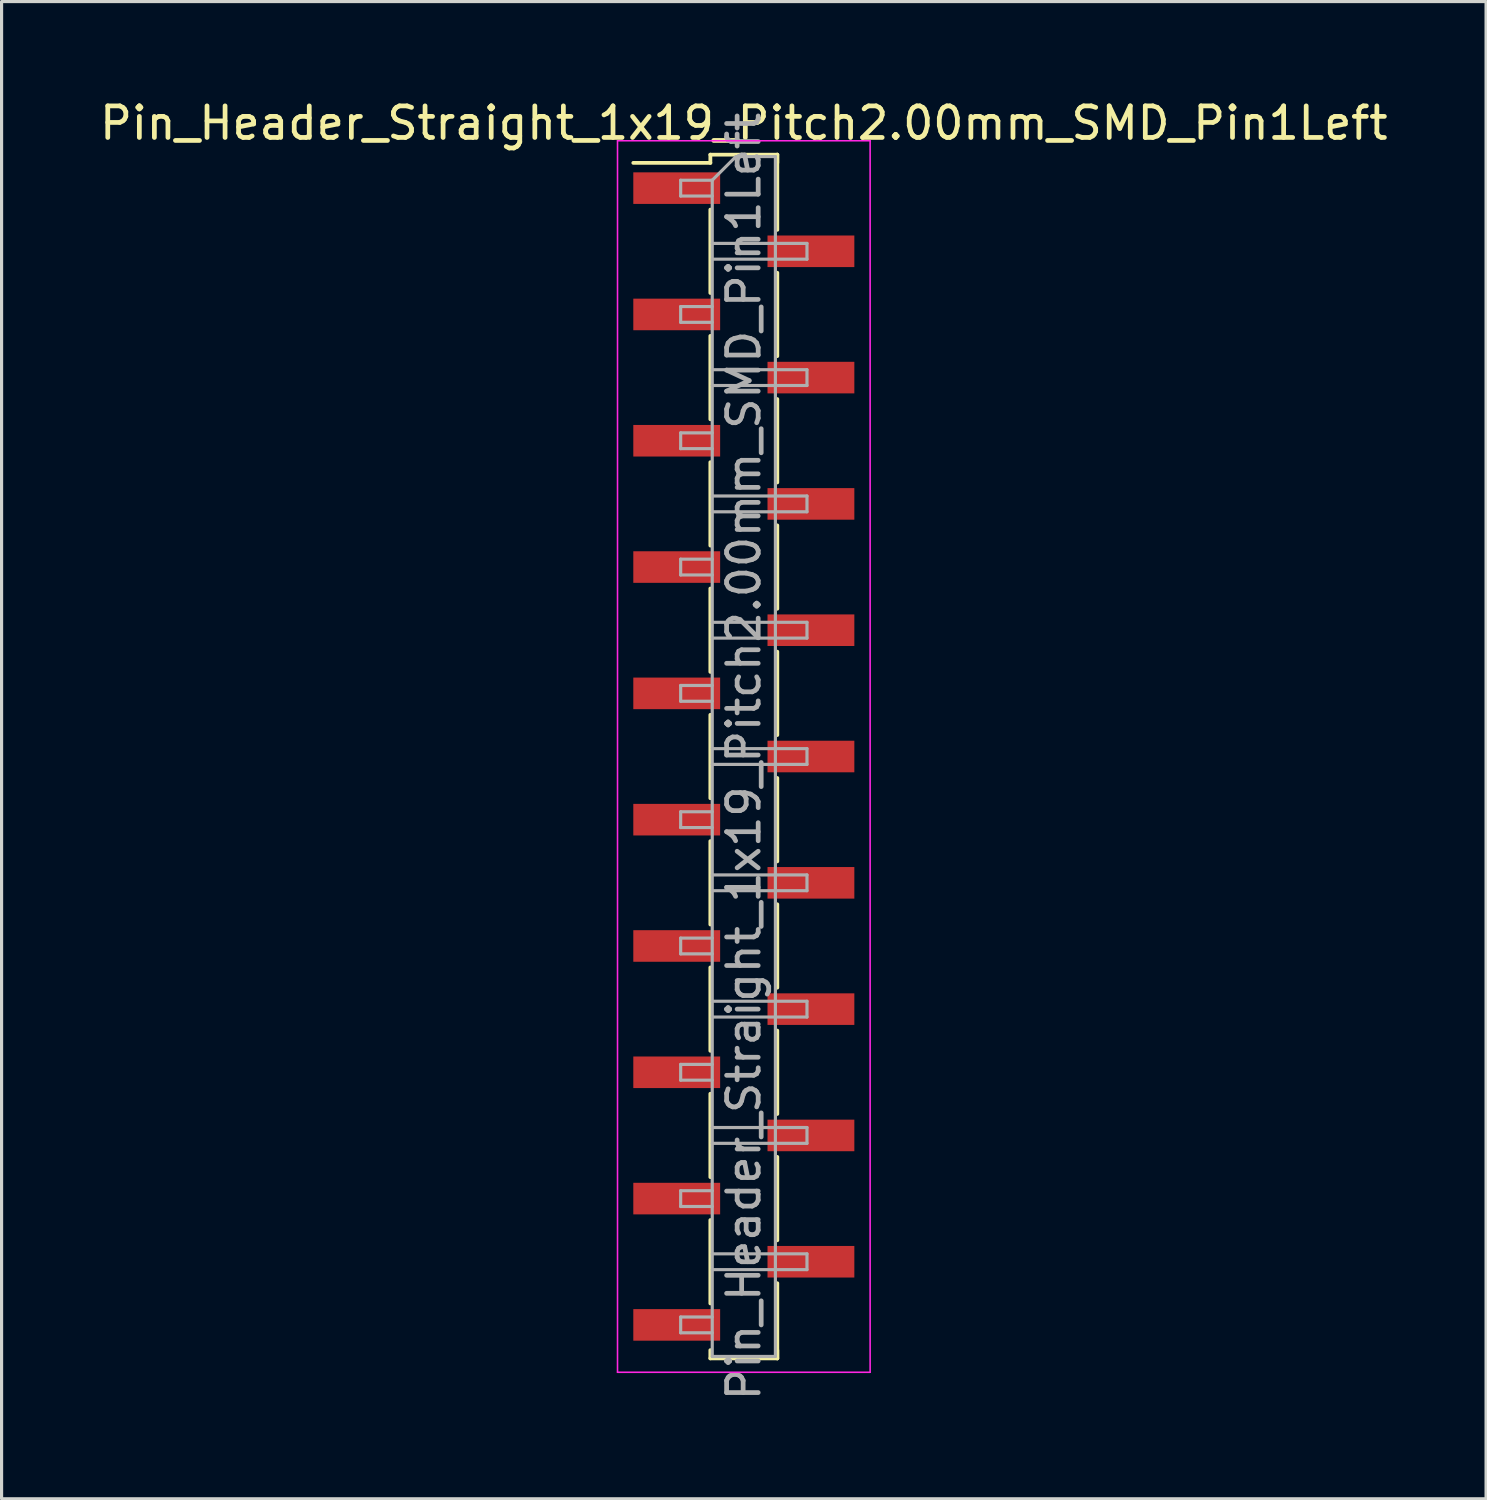
<source format=kicad_pcb>
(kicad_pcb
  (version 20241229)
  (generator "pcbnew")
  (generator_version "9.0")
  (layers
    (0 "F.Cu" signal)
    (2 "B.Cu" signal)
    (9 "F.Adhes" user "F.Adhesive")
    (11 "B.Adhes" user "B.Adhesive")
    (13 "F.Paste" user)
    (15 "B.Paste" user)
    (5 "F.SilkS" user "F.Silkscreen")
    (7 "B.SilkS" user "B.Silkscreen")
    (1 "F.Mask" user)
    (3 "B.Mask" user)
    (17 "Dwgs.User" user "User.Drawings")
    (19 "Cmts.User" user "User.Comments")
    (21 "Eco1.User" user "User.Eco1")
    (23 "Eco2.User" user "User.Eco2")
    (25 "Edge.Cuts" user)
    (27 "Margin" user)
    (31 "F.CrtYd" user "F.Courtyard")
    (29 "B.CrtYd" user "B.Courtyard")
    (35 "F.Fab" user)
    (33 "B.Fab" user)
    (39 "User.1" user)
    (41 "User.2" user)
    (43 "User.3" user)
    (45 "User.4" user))
  (footprint "Pin_Header_Straight_1x19_Pitch2.00mm_SMD_Pin1Left"
    (layer "F.Cu")
    (at 20.506 20.908)
    (property "Reference" "Pin_Header_Straight_1x19_Pitch2.00mm_SMD_Pin1Left" (at 0 -20.06 0) (layer "F.SilkS") (effects (font (size 1 1) (thickness 0.15))))
    (attr smd)
    (fp_line (start -1.06 -19.06) (end 1.06 -19.06) (stroke (width 0.12) (type solid)) (layer "F.SilkS"))
    (fp_line (start -1.06 -18.8) (end -3.5 -18.8) (stroke (width 0.12) (type solid)) (layer "F.SilkS"))
    (fp_line (start -1.06 -18.8) (end -1.06 -19.06) (stroke (width 0.12) (type solid)) (layer "F.SilkS"))
    (fp_line (start -1.06 -17.32) (end -1.06 -14.68) (stroke (width 0.12) (type solid)) (layer "F.SilkS"))
    (fp_line (start -1.06 -13.32) (end -1.06 -10.68) (stroke (width 0.12) (type solid)) (layer "F.SilkS"))
    (fp_line (start -1.06 -9.32) (end -1.06 -6.68) (stroke (width 0.12) (type solid)) (layer "F.SilkS"))
    (fp_line (start -1.06 -5.32) (end -1.06 -2.68) (stroke (width 0.12) (type solid)) (layer "F.SilkS"))
    (fp_line (start -1.06 -1.32) (end -1.06 1.32) (stroke (width 0.12) (type solid)) (layer "F.SilkS"))
    (fp_line (start -1.06 2.68) (end -1.06 5.32) (stroke (width 0.12) (type solid)) (layer "F.SilkS"))
    (fp_line (start -1.06 6.68) (end -1.06 9.32) (stroke (width 0.12) (type solid)) (layer "F.SilkS"))
    (fp_line (start -1.06 10.68) (end -1.06 13.32) (stroke (width 0.12) (type solid)) (layer "F.SilkS"))
    (fp_line (start -1.06 14.68) (end -1.06 17.32) (stroke (width 0.12) (type solid)) (layer "F.SilkS"))
    (fp_line (start -1.06 18.8) (end -1.06 19.06) (stroke (width 0.12) (type solid)) (layer "F.SilkS"))
    (fp_line (start -1.06 19.06) (end 1.06 19.06) (stroke (width 0.12) (type solid)) (layer "F.SilkS"))
    (fp_line (start 1.06 -19.06) (end 1.06 -18.8) (stroke (width 0.12) (type solid)) (layer "F.SilkS"))
    (fp_line (start 1.06 -19.06) (end 1.06 -16.68) (stroke (width 0.12) (type solid)) (layer "F.SilkS"))
    (fp_line (start 1.06 -15.32) (end 1.06 -12.68) (stroke (width 0.12) (type solid)) (layer "F.SilkS"))
    (fp_line (start 1.06 -11.32) (end 1.06 -8.68) (stroke (width 0.12) (type solid)) (layer "F.SilkS"))
    (fp_line (start 1.06 -7.32) (end 1.06 -4.68) (stroke (width 0.12) (type solid)) (layer "F.SilkS"))
    (fp_line (start 1.06 -3.32) (end 1.06 -0.68) (stroke (width 0.12) (type solid)) (layer "F.SilkS"))
    (fp_line (start 1.06 0.68) (end 1.06 3.32) (stroke (width 0.12) (type solid)) (layer "F.SilkS"))
    (fp_line (start 1.06 4.68) (end 1.06 7.32) (stroke (width 0.12) (type solid)) (layer "F.SilkS"))
    (fp_line (start 1.06 8.68) (end 1.06 11.32) (stroke (width 0.12) (type solid)) (layer "F.SilkS"))
    (fp_line (start 1.06 12.68) (end 1.06 15.32) (stroke (width 0.12) (type solid)) (layer "F.SilkS"))
    (fp_line (start 1.06 16.68) (end 1.06 19.06) (stroke (width 0.12) (type solid)) (layer "F.SilkS"))
    (fp_line (start 1.06 19.06) (end 1.06 18.8) (stroke (width 0.12) (type solid)) (layer "F.SilkS"))
    (fp_line (start -4 -19.5) (end -4 19.5) (stroke (width 0.05) (type solid)) (layer "F.CrtYd"))
    (fp_line (start -4 19.5) (end 4 19.5) (stroke (width 0.05) (type solid)) (layer "F.CrtYd"))
    (fp_line (start 4 -19.5) (end -4 -19.5) (stroke (width 0.05) (type solid)) (layer "F.CrtYd"))
    (fp_line (start 4 19.5) (end 4 -19.5) (stroke (width 0.05) (type solid)) (layer "F.CrtYd"))
    (fp_line (start -2 -18.25) (end -2 -17.75) (stroke (width 0.1) (type solid)) (layer "F.Fab"))
    (fp_line (start -2 -17.75) (end -1 -17.75) (stroke (width 0.1) (type solid)) (layer "F.Fab"))
    (fp_line (start -2 -14.25) (end -2 -13.75) (stroke (width 0.1) (type solid)) (layer "F.Fab"))
    (fp_line (start -2 -13.75) (end -1 -13.75) (stroke (width 0.1) (type solid)) (layer "F.Fab"))
    (fp_line (start -2 -10.25) (end -2 -9.75) (stroke (width 0.1) (type solid)) (layer "F.Fab"))
    (fp_line (start -2 -9.75) (end -1 -9.75) (stroke (width 0.1) (type solid)) (layer "F.Fab"))
    (fp_line (start -2 -6.25) (end -2 -5.75) (stroke (width 0.1) (type solid)) (layer "F.Fab"))
    (fp_line (start -2 -5.75) (end -1 -5.75) (stroke (width 0.1) (type solid)) (layer "F.Fab"))
    (fp_line (start -2 -2.25) (end -2 -1.75) (stroke (width 0.1) (type solid)) (layer "F.Fab"))
    (fp_line (start -2 -1.75) (end -1 -1.75) (stroke (width 0.1) (type solid)) (layer "F.Fab"))
    (fp_line (start -2 1.75) (end -2 2.25) (stroke (width 0.1) (type solid)) (layer "F.Fab"))
    (fp_line (start -2 2.25) (end -1 2.25) (stroke (width 0.1) (type solid)) (layer "F.Fab"))
    (fp_line (start -2 5.75) (end -2 6.25) (stroke (width 0.1) (type solid)) (layer "F.Fab"))
    (fp_line (start -2 6.25) (end -1 6.25) (stroke (width 0.1) (type solid)) (layer "F.Fab"))
    (fp_line (start -2 9.75) (end -2 10.25) (stroke (width 0.1) (type solid)) (layer "F.Fab"))
    (fp_line (start -2 10.25) (end -1 10.25) (stroke (width 0.1) (type solid)) (layer "F.Fab"))
    (fp_line (start -2 13.75) (end -2 14.25) (stroke (width 0.1) (type solid)) (layer "F.Fab"))
    (fp_line (start -2 14.25) (end -1 14.25) (stroke (width 0.1) (type solid)) (layer "F.Fab"))
    (fp_line (start -2 17.75) (end -2 18.25) (stroke (width 0.1) (type solid)) (layer "F.Fab"))
    (fp_line (start -2 18.25) (end -1 18.25) (stroke (width 0.1) (type solid)) (layer "F.Fab"))
    (fp_line (start -1 -18.25) (end -2 -18.25) (stroke (width 0.1) (type solid)) (layer "F.Fab"))
    (fp_line (start -1 -18.25) (end -0.25 -19) (stroke (width 0.1) (type solid)) (layer "F.Fab"))
    (fp_line (start -1 -16.25) (end 2 -16.25) (stroke (width 0.1) (type solid)) (layer "F.Fab"))
    (fp_line (start -1 -14.25) (end -2 -14.25) (stroke (width 0.1) (type solid)) (layer "F.Fab"))
    (fp_line (start -1 -12.25) (end 2 -12.25) (stroke (width 0.1) (type solid)) (layer "F.Fab"))
    (fp_line (start -1 -10.25) (end -2 -10.25) (stroke (width 0.1) (type solid)) (layer "F.Fab"))
    (fp_line (start -1 -8.25) (end 2 -8.25) (stroke (width 0.1) (type solid)) (layer "F.Fab"))
    (fp_line (start -1 -6.25) (end -2 -6.25) (stroke (width 0.1) (type solid)) (layer "F.Fab"))
    (fp_line (start -1 -4.25) (end 2 -4.25) (stroke (width 0.1) (type solid)) (layer "F.Fab"))
    (fp_line (start -1 -2.25) (end -2 -2.25) (stroke (width 0.1) (type solid)) (layer "F.Fab"))
    (fp_line (start -1 -0.25) (end 2 -0.25) (stroke (width 0.1) (type solid)) (layer "F.Fab"))
    (fp_line (start -1 1.75) (end -2 1.75) (stroke (width 0.1) (type solid)) (layer "F.Fab"))
    (fp_line (start -1 3.75) (end 2 3.75) (stroke (width 0.1) (type solid)) (layer "F.Fab"))
    (fp_line (start -1 5.75) (end -2 5.75) (stroke (width 0.1) (type solid)) (layer "F.Fab"))
    (fp_line (start -1 7.75) (end 2 7.75) (stroke (width 0.1) (type solid)) (layer "F.Fab"))
    (fp_line (start -1 9.75) (end -2 9.75) (stroke (width 0.1) (type solid)) (layer "F.Fab"))
    (fp_line (start -1 11.75) (end 2 11.75) (stroke (width 0.1) (type solid)) (layer "F.Fab"))
    (fp_line (start -1 13.75) (end -2 13.75) (stroke (width 0.1) (type solid)) (layer "F.Fab"))
    (fp_line (start -1 15.75) (end 2 15.75) (stroke (width 0.1) (type solid)) (layer "F.Fab"))
    (fp_line (start -1 17.75) (end -2 17.75) (stroke (width 0.1) (type solid)) (layer "F.Fab"))
    (fp_line (start -1 19) (end -1 -18.25) (stroke (width 0.1) (type solid)) (layer "F.Fab"))
    (fp_line (start -0.25 -19) (end 1 -19) (stroke (width 0.1) (type solid)) (layer "F.Fab"))
    (fp_line (start 1 -19) (end 1 19) (stroke (width 0.1) (type solid)) (layer "F.Fab"))
    (fp_line (start 1 19) (end -1 19) (stroke (width 0.1) (type solid)) (layer "F.Fab"))
    (fp_line (start 2 -16.25) (end 2 -15.75) (stroke (width 0.1) (type solid)) (layer "F.Fab"))
    (fp_line (start 2 -15.75) (end -1 -15.75) (stroke (width 0.1) (type solid)) (layer "F.Fab"))
    (fp_line (start 2 -12.25) (end 2 -11.75) (stroke (width 0.1) (type solid)) (layer "F.Fab"))
    (fp_line (start 2 -11.75) (end -1 -11.75) (stroke (width 0.1) (type solid)) (layer "F.Fab"))
    (fp_line (start 2 -8.25) (end 2 -7.75) (stroke (width 0.1) (type solid)) (layer "F.Fab"))
    (fp_line (start 2 -7.75) (end -1 -7.75) (stroke (width 0.1) (type solid)) (layer "F.Fab"))
    (fp_line (start 2 -4.25) (end 2 -3.75) (stroke (width 0.1) (type solid)) (layer "F.Fab"))
    (fp_line (start 2 -3.75) (end -1 -3.75) (stroke (width 0.1) (type solid)) (layer "F.Fab"))
    (fp_line (start 2 -0.25) (end 2 0.25) (stroke (width 0.1) (type solid)) (layer "F.Fab"))
    (fp_line (start 2 0.25) (end -1 0.25) (stroke (width 0.1) (type solid)) (layer "F.Fab"))
    (fp_line (start 2 3.75) (end 2 4.25) (stroke (width 0.1) (type solid)) (layer "F.Fab"))
    (fp_line (start 2 4.25) (end -1 4.25) (stroke (width 0.1) (type solid)) (layer "F.Fab"))
    (fp_line (start 2 7.75) (end 2 8.25) (stroke (width 0.1) (type solid)) (layer "F.Fab"))
    (fp_line (start 2 8.25) (end -1 8.25) (stroke (width 0.1) (type solid)) (layer "F.Fab"))
    (fp_line (start 2 11.75) (end 2 12.25) (stroke (width 0.1) (type solid)) (layer "F.Fab"))
    (fp_line (start 2 12.25) (end -1 12.25) (stroke (width 0.1) (type solid)) (layer "F.Fab"))
    (fp_line (start 2 15.75) (end 2 16.25) (stroke (width 0.1) (type solid)) (layer "F.Fab"))
    (fp_line (start 2 16.25) (end -1 16.25) (stroke (width 0.1) (type solid)) (layer "F.Fab"))
    (fp_text user "${REFERENCE}" (at 0 0 90) (layer "F.Fab") (effects (font (size 1 1) (thickness 0.15))))
    (pad "1" smd rect (at -2.125 -18) (size 2.75 1) (layers "F.Cu" "F.Mask"))
    (pad "2" smd rect (at 2.125 -16) (size 2.75 1) (layers "F.Cu" "F.Mask"))
    (pad "3" smd rect (at -2.125 -14) (size 2.75 1) (layers "F.Cu" "F.Mask"))
    (pad "4" smd rect (at 2.125 -12) (size 2.75 1) (layers "F.Cu" "F.Mask"))
    (pad "5" smd rect (at -2.125 -10) (size 2.75 1) (layers "F.Cu" "F.Mask"))
    (pad "6" smd rect (at 2.125 -8) (size 2.75 1) (layers "F.Cu" "F.Mask"))
    (pad "7" smd rect (at -2.125 -6) (size 2.75 1) (layers "F.Cu" "F.Mask"))
    (pad "8" smd rect (at 2.125 -4) (size 2.75 1) (layers "F.Cu" "F.Mask"))
    (pad "9" smd rect (at -2.125 -2) (size 2.75 1) (layers "F.Cu" "F.Mask"))
    (pad "10" smd rect (at 2.125 0) (size 2.75 1) (layers "F.Cu" "F.Mask"))
    (pad "11" smd rect (at -2.125 2) (size 2.75 1) (layers "F.Cu" "F.Mask"))
    (pad "12" smd rect (at 2.125 4) (size 2.75 1) (layers "F.Cu" "F.Mask"))
    (pad "13" smd rect (at -2.125 6) (size 2.75 1) (layers "F.Cu" "F.Mask"))
    (pad "14" smd rect (at 2.125 8) (size 2.75 1) (layers "F.Cu" "F.Mask"))
    (pad "15" smd rect (at -2.125 10) (size 2.75 1) (layers "F.Cu" "F.Mask"))
    (pad "16" smd rect (at 2.125 12) (size 2.75 1) (layers "F.Cu" "F.Mask"))
    (pad "17" smd rect (at -2.125 14) (size 2.75 1) (layers "F.Cu" "F.Mask"))
    (pad "18" smd rect (at 2.125 16) (size 2.75 1) (layers "F.Cu" "F.Mask"))
    (pad "19" smd rect (at -2.125 18) (size 2.75 1) (layers "F.Cu" "F.Mask")))
  (gr_rect
    (start -3 -3)
    (end 44.012 44.414)
    (stroke (width 0.1) (type default))
    (fill no)
    (layer "Edge.Cuts")))
</source>
